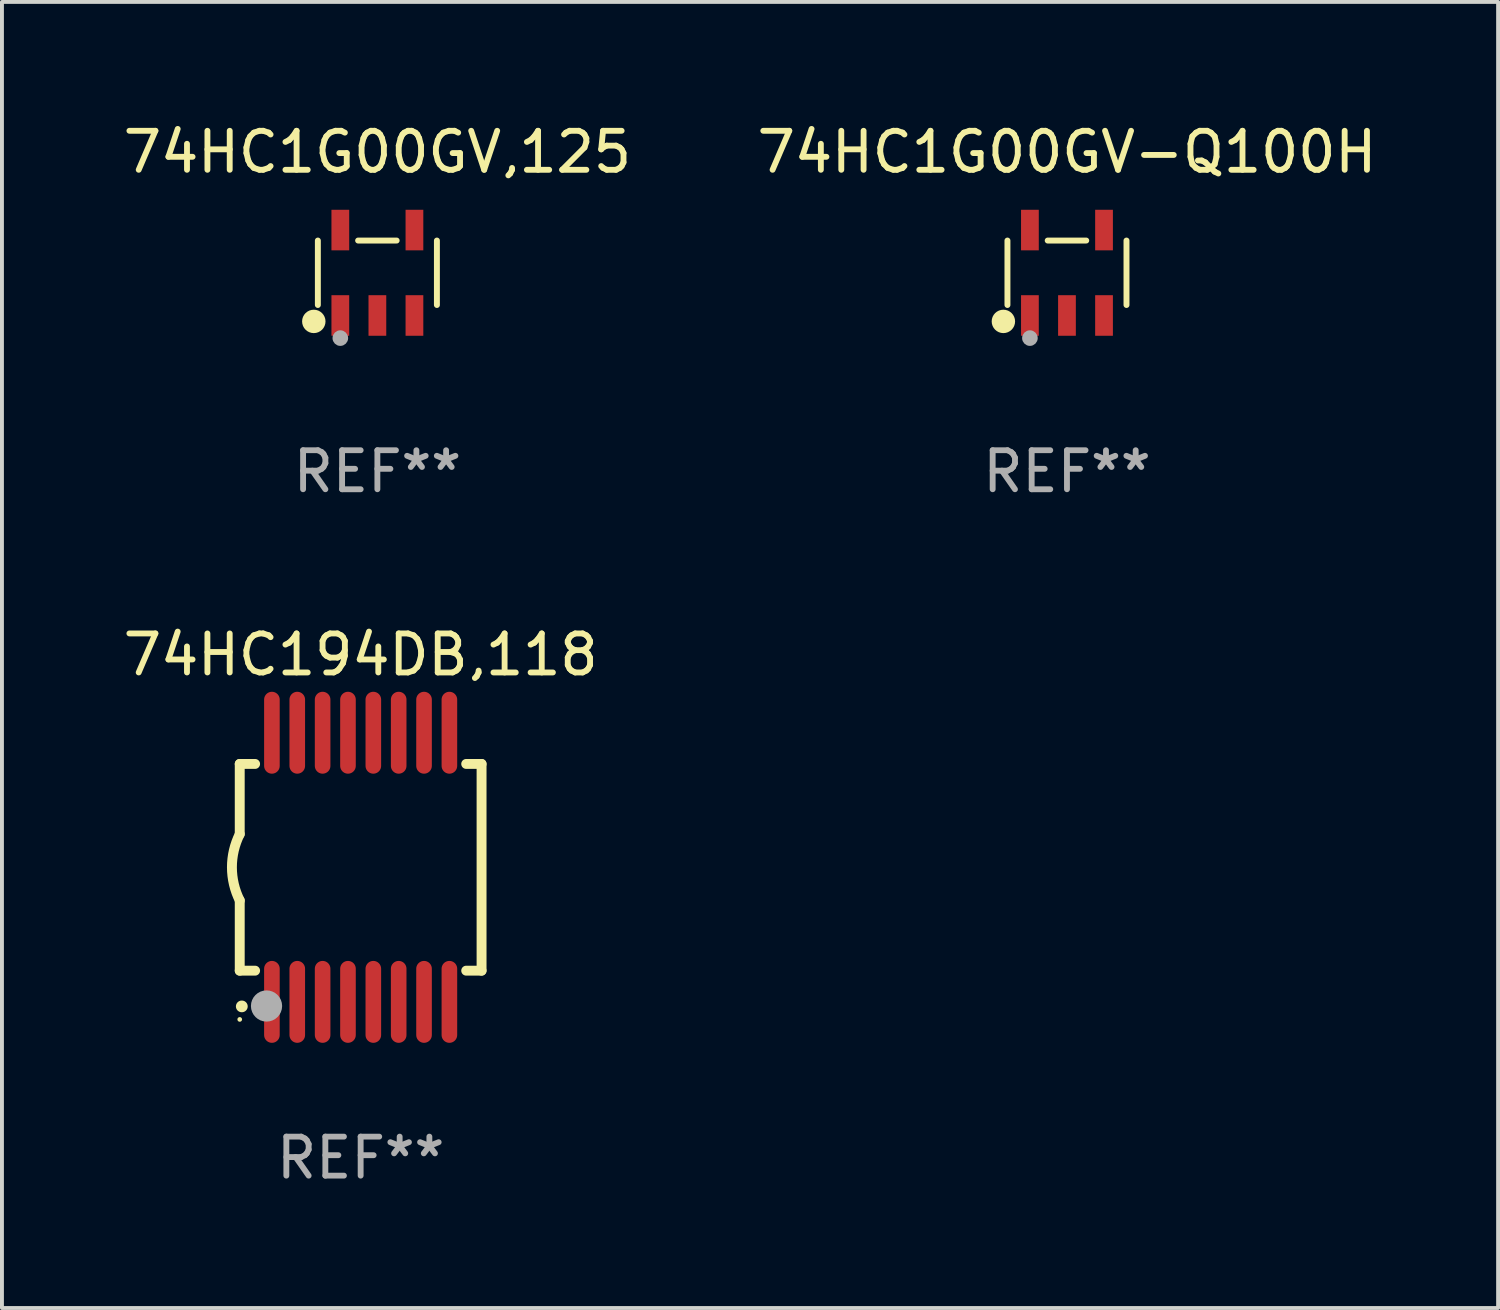
<source format=kicad_pcb>
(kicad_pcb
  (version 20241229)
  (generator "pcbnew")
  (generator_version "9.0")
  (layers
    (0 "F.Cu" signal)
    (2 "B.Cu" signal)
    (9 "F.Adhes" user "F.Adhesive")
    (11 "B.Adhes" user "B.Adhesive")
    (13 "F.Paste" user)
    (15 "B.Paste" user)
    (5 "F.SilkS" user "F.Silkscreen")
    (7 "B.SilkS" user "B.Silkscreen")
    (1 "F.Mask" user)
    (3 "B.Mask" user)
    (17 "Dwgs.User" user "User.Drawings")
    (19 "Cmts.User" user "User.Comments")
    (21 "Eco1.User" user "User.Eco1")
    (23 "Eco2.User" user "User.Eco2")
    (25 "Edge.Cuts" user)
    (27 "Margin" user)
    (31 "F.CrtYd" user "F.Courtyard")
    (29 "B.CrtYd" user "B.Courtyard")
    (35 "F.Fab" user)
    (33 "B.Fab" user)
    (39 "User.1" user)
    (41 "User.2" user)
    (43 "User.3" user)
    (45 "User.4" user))
  (footprint "74HC194DB,118"
    (layer "F.Cu")
    (at 6.196 19.185)
    (property "Reference" "74HC194DB,118" (at 0 -5.45 0) (layer "F.SilkS") (effects (font (size 1 1) (thickness 0.15))))
    (attr through_hole)
    (fp_line (start -3.1 -2.65) (end -3.1 -0.85) (stroke (width 0.254) (type solid)) (layer "F.SilkS"))
    (fp_line (start -3.1 -2.65) (end -2.706 -2.65) (stroke (width 0.254) (type solid)) (layer "F.SilkS"))
    (fp_line (start -3.1 2.65) (end -3.1 0.85) (stroke (width 0.254) (type solid)) (layer "F.SilkS"))
    (fp_line (start -3.1 2.65) (end -2.706 2.65) (stroke (width 0.254) (type solid)) (layer "F.SilkS"))
    (fp_line (start 2.706 -2.65) (end 3.1 -2.65) (stroke (width 0.254) (type solid)) (layer "F.SilkS"))
    (fp_line (start 2.706 2.65) (end 3.1 2.65) (stroke (width 0.254) (type solid)) (layer "F.SilkS"))
    (fp_line (start 3.1 -2.65) (end 3.1 2.65) (stroke (width 0.254) (type solid)) (layer "F.SilkS"))
    (fp_arc (start -3.098907 0.850902) (mid -3.300057 0.000523) (end -3.1 -0.850114) (stroke (width 0.254001) (type solid)) (layer "F.SilkS"))
    (fp_arc (start -3.048006 3.566066) (mid -3.046736 3.566061) (end -3.045466 3.566066) (stroke (width 0.3) (type solid)) (layer "F.SilkS"))
    (fp_circle (center -3.1 3.9) (end -3.07 3.9) (stroke (width 0.06) (type solid)) (fill no) (layer "F.SilkS"))
    (fp_circle (center -2.413 3.556) (end -2.213 3.556) (stroke (width 0.4) (type solid)) (fill no) (layer "F.Fab"))
    (fp_text user "REF**" (at 0 7.45 0) (layer "F.Fab") (effects (font (size 1 1) (thickness 0.15))))
    (pad "1" smd oval (at -2.275 3.45 180) (size 0.4 2.1) (layers "F.Cu" "F.Mask" "F.Paste"))
    (pad "2" smd oval (at -1.625 3.45 180) (size 0.4 2.1) (layers "F.Cu" "F.Mask" "F.Paste"))
    (pad "3" smd oval (at -0.975 3.45 180) (size 0.4 2.1) (layers "F.Cu" "F.Mask" "F.Paste"))
    (pad "4" smd oval (at -0.325 3.45 180) (size 0.4 2.1) (layers "F.Cu" "F.Mask" "F.Paste"))
    (pad "5" smd oval (at 0.325 3.45 180) (size 0.4 2.1) (layers "F.Cu" "F.Mask" "F.Paste"))
    (pad "6" smd oval (at 0.975 3.45 180) (size 0.4 2.1) (layers "F.Cu" "F.Mask" "F.Paste"))
    (pad "7" smd oval (at 1.625 3.45 180) (size 0.4 2.1) (layers "F.Cu" "F.Mask" "F.Paste"))
    (pad "8" smd oval (at 2.275 3.45 180) (size 0.4 2.1) (layers "F.Cu" "F.Mask" "F.Paste"))
    (pad "9" smd oval (at 2.275 -3.45 180) (size 0.4 2.1) (layers "F.Cu" "F.Mask" "F.Paste"))
    (pad "10" smd oval (at 1.625 -3.45 180) (size 0.4 2.1) (layers "F.Cu" "F.Mask" "F.Paste"))
    (pad "11" smd oval (at 0.975 -3.45 180) (size 0.4 2.1) (layers "F.Cu" "F.Mask" "F.Paste"))
    (pad "12" smd oval (at 0.325 -3.45 180) (size 0.4 2.1) (layers "F.Cu" "F.Mask" "F.Paste"))
    (pad "13" smd oval (at -0.325 -3.45 180) (size 0.4 2.1) (layers "F.Cu" "F.Mask" "F.Paste"))
    (pad "14" smd oval (at -0.975 -3.45 180) (size 0.4 2.1) (layers "F.Cu" "F.Mask" "F.Paste"))
    (pad "15" smd oval (at -1.625 -3.45 180) (size 0.4 2.1) (layers "F.Cu" "F.Mask" "F.Paste"))
    (pad "16" smd oval (at -2.275 -3.45 180) (size 0.4 2.1) (layers "F.Cu" "F.Mask" "F.Paste")))
  (footprint "74HC1G00GV-Q100H"
    (layer "F.Cu")
    (at 24.304 3.943)
    (property "Reference" "74HC1G00GV-Q100H" (at 0 -3.095 0) (layer "F.SilkS") (effects (font (size 1 1) (thickness 0.15))))
    (attr through_hole)
    (fp_line (start -1.526 0.826) (end -1.526 -0.826) (stroke (width 0.152) (type solid)) (layer "F.SilkS"))
    (fp_line (start 0.494 -0.826) (end -0.494 -0.826) (stroke (width 0.152) (type solid)) (layer "F.SilkS"))
    (fp_line (start 1.526 0.826) (end 1.526 -0.826) (stroke (width 0.152) (type solid)) (layer "F.SilkS"))
    (fp_circle (center -1.63 1.247) (end -1.48 1.247) (stroke (width 0.3) (type solid)) (fill no) (layer "F.SilkS"))
    (fp_circle (center -1.45 1.375) (end -1.42 1.375) (stroke (width 0.06) (type solid)) (fill no) (layer "F.SilkS"))
    (fp_circle (center -0.95 1.675) (end -0.85 1.675) (stroke (width 0.2) (type solid)) (fill no) (layer "F.Fab"))
    (fp_text user "REF**" (at 0 5.095 0) (layer "F.Fab") (effects (font (size 1 1) (thickness 0.15))))
    (pad "1" smd rect (at -0.95 1.095) (size 0.455 1.04) (layers "F.Cu" "F.Mask" "F.Paste"))
    (pad "2" smd rect (at 0 1.095) (size 0.455 1.04) (layers "F.Cu" "F.Mask" "F.Paste"))
    (pad "3" smd rect (at 0.95 1.095) (size 0.455 1.04) (layers "F.Cu" "F.Mask" "F.Paste"))
    (pad "4" smd rect (at 0.95 -1.095) (size 0.455 1.04) (layers "F.Cu" "F.Mask" "F.Paste"))
    (pad "5" smd rect (at -0.95 -1.095) (size 0.455 1.04) (layers "F.Cu" "F.Mask" "F.Paste")))
  (footprint "74HC1G00GV,125"
    (layer "F.Cu")
    (at 6.625 3.943)
    (property "Reference" "74HC1G00GV,125" (at 0 -3.095 0) (layer "F.SilkS") (effects (font (size 1 1) (thickness 0.15))))
    (attr through_hole)
    (fp_line (start -1.526 0.826) (end -1.526 -0.826) (stroke (width 0.152) (type solid)) (layer "F.SilkS"))
    (fp_line (start 0.494 -0.826) (end -0.494 -0.826) (stroke (width 0.152) (type solid)) (layer "F.SilkS"))
    (fp_line (start 1.526 0.826) (end 1.526 -0.826) (stroke (width 0.152) (type solid)) (layer "F.SilkS"))
    (fp_circle (center -1.63 1.247) (end -1.48 1.247) (stroke (width 0.3) (type solid)) (fill no) (layer "F.SilkS"))
    (fp_circle (center -1.45 1.375) (end -1.42 1.375) (stroke (width 0.06) (type solid)) (fill no) (layer "F.SilkS"))
    (fp_circle (center -0.95 1.675) (end -0.85 1.675) (stroke (width 0.2) (type solid)) (fill no) (layer "F.Fab"))
    (fp_text user "REF**" (at 0 5.095 0) (layer "F.Fab") (effects (font (size 1 1) (thickness 0.15))))
    (pad "1" smd rect (at -0.95 1.095) (size 0.455 1.04) (layers "F.Cu" "F.Mask" "F.Paste"))
    (pad "2" smd rect (at 0 1.095) (size 0.455 1.04) (layers "F.Cu" "F.Mask" "F.Paste"))
    (pad "3" smd rect (at 0.95 1.095) (size 0.455 1.04) (layers "F.Cu" "F.Mask" "F.Paste"))
    (pad "4" smd rect (at 0.95 -1.095) (size 0.455 1.04) (layers "F.Cu" "F.Mask" "F.Paste"))
    (pad "5" smd rect (at -0.95 -1.095) (size 0.455 1.04) (layers "F.Cu" "F.Mask" "F.Paste")))
  (gr_rect
    (start -3 -3)
    (end 35.357 30.483)
    (stroke (width 0.1) (type default))
    (fill no)
    (layer "Edge.Cuts")))
</source>
